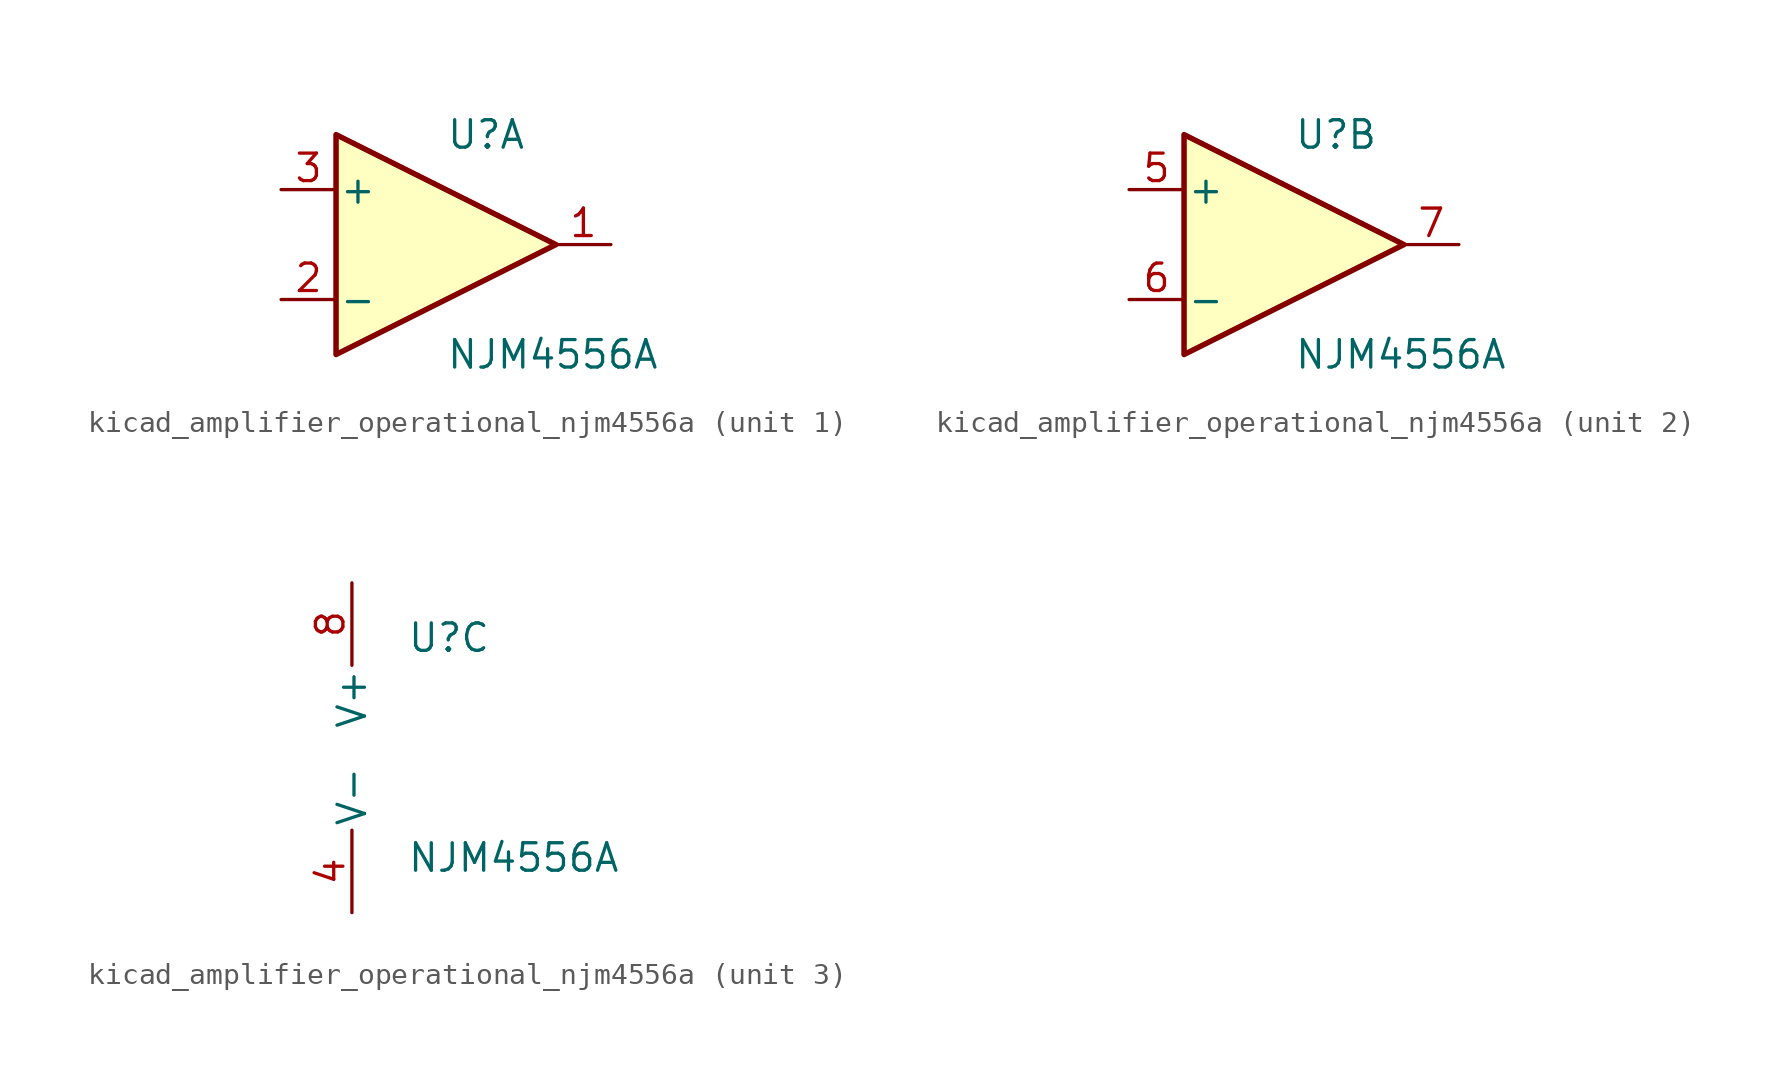
<source format=kicad_sym>
(kicad_symbol_lib
  (version 20220914)
  (generator kicad_symbol_editor)
  (symbol "kicad_amplifier_operational_njm4556a"
    (pin_names
      (offset 0.127))
    (property "Reference" "U"
      (at 0 5.08 0)
      (effects (font (size 1.27 1.27)) (justify left)))
    (property "Value" "NJM4556A"
      (at 0 -5.08 0)
      (effects (font (size 1.27 1.27)) (justify left)))
    (property "ki_locked" ""
      (at 0 0 0)
      (effects (font (size 1.27 1.27))))
    (symbol "kicad_amplifier_operational_njm4556a_1_1"
      (polyline (pts (xy -5.08 5.08) (xy 5.08 0) (xy -5.08 -5.08) (xy -5.08 5.08)) (stroke (width 0.254) (type default)) (fill (type background)))
      (pin output line (at 7.62 0 180) (length 2.54) (name "~" (effects (font (size 1.27 1.27)))) (number "1" (effects (font (size 1.27 1.27)))))
      (pin input line (at -7.62 -2.54 0) (length 2.54) (name "-" (effects (font (size 1.27 1.27)))) (number "2" (effects (font (size 1.27 1.27)))))
      (pin input line (at -7.62 2.54 0) (length 2.54) (name "+" (effects (font (size 1.27 1.27)))) (number "3" (effects (font (size 1.27 1.27))))))
    (symbol "kicad_amplifier_operational_njm4556a_2_1"
      (polyline (pts (xy -5.08 5.08) (xy 5.08 0) (xy -5.08 -5.08) (xy -5.08 5.08)) (stroke (width 0.254) (type default)) (fill (type background)))
      (pin input line (at -7.62 2.54 0) (length 2.54) (name "+" (effects (font (size 1.27 1.27)))) (number "5" (effects (font (size 1.27 1.27)))))
      (pin input line (at -7.62 -2.54 0) (length 2.54) (name "-" (effects (font (size 1.27 1.27)))) (number "6" (effects (font (size 1.27 1.27)))))
      (pin output line (at 7.62 0 180) (length 2.54) (name "~" (effects (font (size 1.27 1.27)))) (number "7" (effects (font (size 1.27 1.27))))))
    (symbol "kicad_amplifier_operational_njm4556a_3_1"
      (pin power_in line (at -2.54 -7.62 90) (length 3.81) (name "V-" (effects (font (size 1.27 1.27)))) (number "4" (effects (font (size 1.27 1.27)))))
      (pin power_in line (at -2.54 7.62 270) (length 3.81) (name "V+" (effects (font (size 1.27 1.27)))) (number "8" (effects (font (size 1.27 1.27))))))))
</source>
